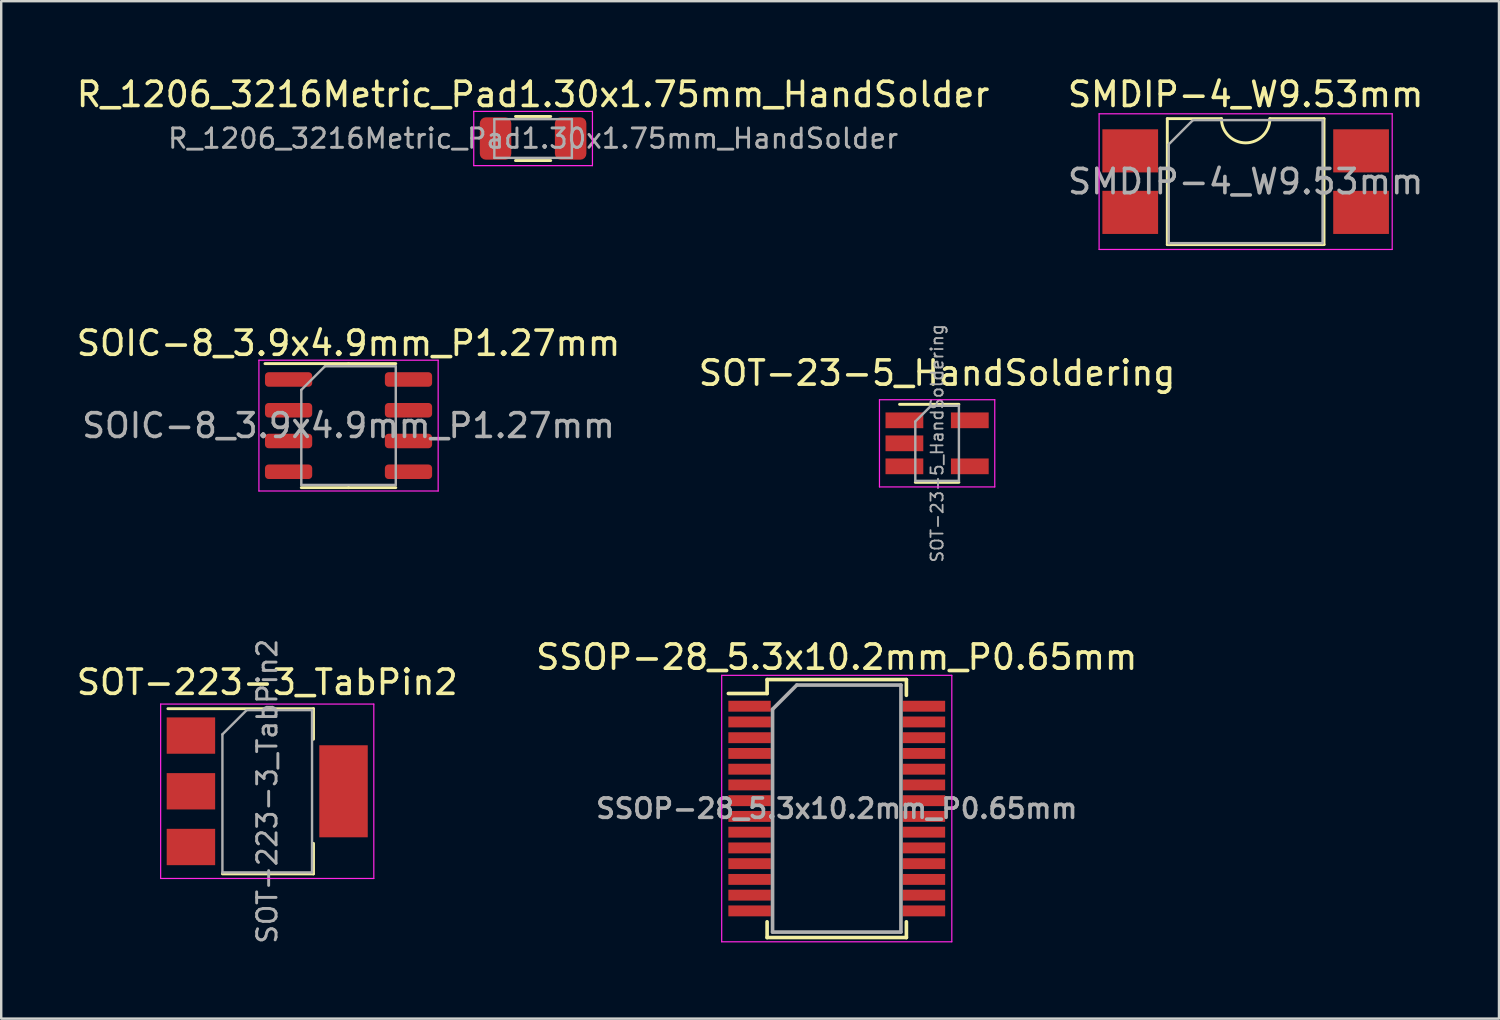
<source format=kicad_pcb>
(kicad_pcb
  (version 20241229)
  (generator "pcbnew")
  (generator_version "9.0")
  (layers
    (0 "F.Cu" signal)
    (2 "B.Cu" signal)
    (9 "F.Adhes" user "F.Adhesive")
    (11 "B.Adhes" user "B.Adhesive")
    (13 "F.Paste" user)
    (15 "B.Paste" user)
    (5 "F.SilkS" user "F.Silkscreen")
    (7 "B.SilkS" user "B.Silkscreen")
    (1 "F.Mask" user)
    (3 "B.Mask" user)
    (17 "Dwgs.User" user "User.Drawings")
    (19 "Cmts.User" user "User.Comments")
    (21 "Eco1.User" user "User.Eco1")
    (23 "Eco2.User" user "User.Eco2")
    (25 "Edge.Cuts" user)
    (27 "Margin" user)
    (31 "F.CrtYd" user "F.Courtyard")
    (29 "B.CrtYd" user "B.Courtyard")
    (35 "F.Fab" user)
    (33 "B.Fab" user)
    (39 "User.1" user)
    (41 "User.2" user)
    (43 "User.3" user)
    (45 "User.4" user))
  (footprint "SOT-223-3_TabPin2"
    (layer "F.Cu")
    (at 7.982 29.617)
    (property "Reference" "SOT-223-3_TabPin2" (at 0 -4.5 0) (layer "F.SilkS") (effects (font (size 1 1) (thickness 0.15))))
    (attr smd)
    (fp_line (start -4.1 -3.41) (end 1.91 -3.41) (stroke (width 0.12) (type solid)) (layer "F.SilkS"))
    (fp_line (start -1.85 3.41) (end 1.91 3.41) (stroke (width 0.12) (type solid)) (layer "F.SilkS"))
    (fp_line (start 1.91 -3.41) (end 1.91 -2.15) (stroke (width 0.12) (type solid)) (layer "F.SilkS"))
    (fp_line (start 1.91 3.41) (end 1.91 2.15) (stroke (width 0.12) (type solid)) (layer "F.SilkS"))
    (fp_line (start -4.4 -3.6) (end -4.4 3.6) (stroke (width 0.05) (type solid)) (layer "F.CrtYd"))
    (fp_line (start -4.4 3.6) (end 4.4 3.6) (stroke (width 0.05) (type solid)) (layer "F.CrtYd"))
    (fp_line (start 4.4 -3.6) (end -4.4 -3.6) (stroke (width 0.05) (type solid)) (layer "F.CrtYd"))
    (fp_line (start 4.4 3.6) (end 4.4 -3.6) (stroke (width 0.05) (type solid)) (layer "F.CrtYd"))
    (fp_line (start -1.85 -2.35) (end -1.85 3.35) (stroke (width 0.1) (type solid)) (layer "F.Fab"))
    (fp_line (start -1.85 -2.35) (end -0.85 -3.35) (stroke (width 0.1) (type solid)) (layer "F.Fab"))
    (fp_line (start -1.85 3.35) (end 1.85 3.35) (stroke (width 0.1) (type solid)) (layer "F.Fab"))
    (fp_line (start -0.85 -3.35) (end 1.85 -3.35) (stroke (width 0.1) (type solid)) (layer "F.Fab"))
    (fp_line (start 1.85 -3.35) (end 1.85 3.35) (stroke (width 0.1) (type solid)) (layer "F.Fab"))
    (fp_text user "${REFERENCE}" (at 0 0 90) (layer "F.Fab") (effects (font (size 0.8 0.8) (thickness 0.12))))
    (pad "1" smd rect (at -3.15 -2.3) (size 2 1.5) (layers "F.Cu" "F.Mask" "F.Paste"))
    (pad "2" smd rect (at -3.15 0) (size 2 1.5) (layers "F.Cu" "F.Mask" "F.Paste"))
    (pad "2" smd rect (at 3.15 0) (size 2 3.8) (layers "F.Cu" "F.Mask" "F.Paste"))
    (pad "3" smd rect (at -3.15 2.3) (size 2 1.5) (layers "F.Cu" "F.Mask" "F.Paste")))
  (footprint "SOT-23-5_HandSoldering"
    (layer "F.Cu")
    (at 35.637 15.252)
    (property "Reference" "SOT-23-5_HandSoldering" (at 0 -2.9 0) (layer "F.SilkS") (effects (font (size 1 1) (thickness 0.15))))
    (attr smd)
    (fp_line (start -0.9 1.61) (end 0.9 1.61) (stroke (width 0.12) (type solid)) (layer "F.SilkS"))
    (fp_line (start 0.9 -1.61) (end -1.55 -1.61) (stroke (width 0.12) (type solid)) (layer "F.SilkS"))
    (fp_line (start -2.38 -1.8) (end -2.38 1.8) (stroke (width 0.05) (type solid)) (layer "F.CrtYd"))
    (fp_line (start -2.38 -1.8) (end 2.38 -1.8) (stroke (width 0.05) (type solid)) (layer "F.CrtYd"))
    (fp_line (start 2.38 1.8) (end -2.38 1.8) (stroke (width 0.05) (type solid)) (layer "F.CrtYd"))
    (fp_line (start 2.38 1.8) (end 2.38 -1.8) (stroke (width 0.05) (type solid)) (layer "F.CrtYd"))
    (fp_line (start -0.9 -0.9) (end -0.9 1.55) (stroke (width 0.1) (type solid)) (layer "F.Fab"))
    (fp_line (start -0.9 -0.9) (end -0.25 -1.55) (stroke (width 0.1) (type solid)) (layer "F.Fab"))
    (fp_line (start 0.9 -1.55) (end -0.25 -1.55) (stroke (width 0.1) (type solid)) (layer "F.Fab"))
    (fp_line (start 0.9 -1.55) (end 0.9 1.55) (stroke (width 0.1) (type solid)) (layer "F.Fab"))
    (fp_line (start 0.9 1.55) (end -0.9 1.55) (stroke (width 0.1) (type solid)) (layer "F.Fab"))
    (fp_text user "${REFERENCE}" (at 0 0 90) (layer "F.Fab") (effects (font (size 0.5 0.5) (thickness 0.075))))
    (pad "1" smd rect (at -1.35 -0.95) (size 1.56 0.65) (layers "F.Cu" "F.Mask" "F.Paste"))
    (pad "2" smd rect (at -1.35 0) (size 1.56 0.65) (layers "F.Cu" "F.Mask" "F.Paste"))
    (pad "3" smd rect (at -1.35 0.95) (size 1.56 0.65) (layers "F.Cu" "F.Mask" "F.Paste"))
    (pad "4" smd rect (at 1.35 0.95) (size 1.56 0.65) (layers "F.Cu" "F.Mask" "F.Paste"))
    (pad "5" smd rect (at 1.35 -0.95) (size 1.56 0.65) (layers "F.Cu" "F.Mask" "F.Paste")))
  (footprint "SMDIP-4_W9.53mm"
    (layer "F.Cu")
    (at 48.375 4.448)
    (property "Reference" "SMDIP-4_W9.53mm" (at 0 -3.6 0) (layer "F.SilkS") (effects (font (size 1 1) (thickness 0.15))))
    (attr smd)
    (fp_line (start -3.235 -2.6) (end -3.235 2.6) (stroke (width 0.12) (type solid)) (layer "F.SilkS"))
    (fp_line (start -3.235 2.6) (end 3.235 2.6) (stroke (width 0.12) (type solid)) (layer "F.SilkS"))
    (fp_line (start -1 -2.6) (end -3.235 -2.6) (stroke (width 0.12) (type solid)) (layer "F.SilkS"))
    (fp_line (start 3.235 -2.6) (end 1 -2.6) (stroke (width 0.12) (type solid)) (layer "F.SilkS"))
    (fp_line (start 3.235 2.6) (end 3.235 -2.6) (stroke (width 0.12) (type solid)) (layer "F.SilkS"))
    (fp_arc (start 1 -2.6) (mid 0 -1.6) (end -1 -2.6) (stroke (width 0.12) (type solid)) (layer "F.SilkS"))
    (fp_line (start -6.05 -2.8) (end -6.05 2.8) (stroke (width 0.05) (type solid)) (layer "F.CrtYd"))
    (fp_line (start -6.05 2.8) (end 6.05 2.8) (stroke (width 0.05) (type solid)) (layer "F.CrtYd"))
    (fp_line (start 6.05 -2.8) (end -6.05 -2.8) (stroke (width 0.05) (type solid)) (layer "F.CrtYd"))
    (fp_line (start 6.05 2.8) (end 6.05 -2.8) (stroke (width 0.05) (type solid)) (layer "F.CrtYd"))
    (fp_line (start -3.175 -1.54) (end -2.175 -2.54) (stroke (width 0.1) (type solid)) (layer "F.Fab"))
    (fp_line (start -3.175 2.54) (end -3.175 -1.54) (stroke (width 0.1) (type solid)) (layer "F.Fab"))
    (fp_line (start -2.175 -2.54) (end 3.175 -2.54) (stroke (width 0.1) (type solid)) (layer "F.Fab"))
    (fp_line (start 3.175 -2.54) (end 3.175 2.54) (stroke (width 0.1) (type solid)) (layer "F.Fab"))
    (fp_line (start 3.175 2.54) (end -3.175 2.54) (stroke (width 0.1) (type solid)) (layer "F.Fab"))
    (fp_text user "${REFERENCE}" (at 0 0 0) (layer "F.Fab") (effects (font (size 1 1) (thickness 0.15))))
    (pad "1" smd rect (at -4.765 -1.27) (size 2.3 1.78) (layers "F.Cu" "F.Mask" "F.Paste"))
    (pad "2" smd rect (at -4.765 1.27) (size 2.3 1.78) (layers "F.Cu" "F.Mask" "F.Paste"))
    (pad "3" smd rect (at 4.765 1.27) (size 2.3 1.78) (layers "F.Cu" "F.Mask" "F.Paste"))
    (pad "4" smd rect (at 4.765 -1.27) (size 2.3 1.78) (layers "F.Cu" "F.Mask" "F.Paste")))
  (footprint "R_1206_3216Metric_Pad1.30x1.75mm_HandSolder"
    (layer "F.Cu")
    (at 18.958 2.668)
    (property "Reference" "R_1206_3216Metric_Pad1.30x1.75mm_HandSolder" (at 0 -1.82 0) (layer "F.SilkS") (effects (font (size 1 1) (thickness 0.15))))
    (attr smd)
    (fp_line (start -0.727 -0.91) (end 0.727 -0.91) (stroke (width 0.12) (type solid)) (layer "F.SilkS"))
    (fp_line (start -0.727 0.91) (end 0.727 0.91) (stroke (width 0.12) (type solid)) (layer "F.SilkS"))
    (fp_line (start -2.45 -1.12) (end 2.45 -1.12) (stroke (width 0.05) (type solid)) (layer "F.CrtYd"))
    (fp_line (start -2.45 1.12) (end -2.45 -1.12) (stroke (width 0.05) (type solid)) (layer "F.CrtYd"))
    (fp_line (start 2.45 -1.12) (end 2.45 1.12) (stroke (width 0.05) (type solid)) (layer "F.CrtYd"))
    (fp_line (start 2.45 1.12) (end -2.45 1.12) (stroke (width 0.05) (type solid)) (layer "F.CrtYd"))
    (fp_line (start -1.6 -0.8) (end 1.6 -0.8) (stroke (width 0.1) (type solid)) (layer "F.Fab"))
    (fp_line (start -1.6 0.8) (end -1.6 -0.8) (stroke (width 0.1) (type solid)) (layer "F.Fab"))
    (fp_line (start 1.6 -0.8) (end 1.6 0.8) (stroke (width 0.1) (type solid)) (layer "F.Fab"))
    (fp_line (start 1.6 0.8) (end -1.6 0.8) (stroke (width 0.1) (type solid)) (layer "F.Fab"))
    (fp_text user "${REFERENCE}" (at 0 0 0) (layer "F.Fab") (effects (font (size 0.8 0.8) (thickness 0.12))))
    (pad "1" smd roundrect (at -1.55 0) (size 1.3 1.75) (layers "F.Cu" "F.Mask" "F.Paste") (roundrect_rratio 0.192))
    (pad "2" smd roundrect (at 1.55 0) (size 1.3 1.75) (layers "F.Cu" "F.Mask" "F.Paste") (roundrect_rratio 0.192)))
  (footprint "SSOP-28_5.3x10.2mm_P0.65mm"
    (layer "F.Cu")
    (at 31.494 30.33)
    (property "Reference" "SSOP-28_5.3x10.2mm_P0.65mm" (at 0 -6.25 0) (layer "F.SilkS") (effects (font (size 1 1) (thickness 0.15))))
    (attr smd)
    (fp_line (start -2.875 -5.325) (end -2.875 -4.75) (stroke (width 0.15) (type solid)) (layer "F.SilkS"))
    (fp_line (start -2.875 -5.325) (end 2.875 -5.325) (stroke (width 0.15) (type solid)) (layer "F.SilkS"))
    (fp_line (start -2.875 -4.75) (end -4.475 -4.75) (stroke (width 0.15) (type solid)) (layer "F.SilkS"))
    (fp_line (start -2.875 5.325) (end -2.875 4.675) (stroke (width 0.15) (type solid)) (layer "F.SilkS"))
    (fp_line (start -2.875 5.325) (end 2.875 5.325) (stroke (width 0.15) (type solid)) (layer "F.SilkS"))
    (fp_line (start 2.875 -5.325) (end 2.875 -4.675) (stroke (width 0.15) (type solid)) (layer "F.SilkS"))
    (fp_line (start 2.875 5.325) (end 2.875 4.675) (stroke (width 0.15) (type solid)) (layer "F.SilkS"))
    (fp_line (start -4.75 -5.5) (end -4.75 5.5) (stroke (width 0.05) (type solid)) (layer "F.CrtYd"))
    (fp_line (start -4.75 -5.5) (end 4.75 -5.5) (stroke (width 0.05) (type solid)) (layer "F.CrtYd"))
    (fp_line (start -4.75 5.5) (end 4.75 5.5) (stroke (width 0.05) (type solid)) (layer "F.CrtYd"))
    (fp_line (start 4.75 -5.5) (end 4.75 5.5) (stroke (width 0.05) (type solid)) (layer "F.CrtYd"))
    (fp_line (start -2.65 -4.1) (end -1.65 -5.1) (stroke (width 0.15) (type solid)) (layer "F.Fab"))
    (fp_line (start -2.65 5.1) (end -2.65 -4.1) (stroke (width 0.15) (type solid)) (layer "F.Fab"))
    (fp_line (start -1.65 -5.1) (end 2.65 -5.1) (stroke (width 0.15) (type solid)) (layer "F.Fab"))
    (fp_line (start 2.65 -5.1) (end 2.65 5.1) (stroke (width 0.15) (type solid)) (layer "F.Fab"))
    (fp_line (start 2.65 5.1) (end -2.65 5.1) (stroke (width 0.15) (type solid)) (layer "F.Fab"))
    (fp_text user "${REFERENCE}" (at 0 0 0) (layer "F.Fab") (effects (font (size 0.8 0.8) (thickness 0.15))))
    (pad "1" smd rect (at -3.6 -4.225) (size 1.75 0.45) (layers "F.Cu" "F.Mask" "F.Paste"))
    (pad "2" smd rect (at -3.6 -3.575) (size 1.75 0.45) (layers "F.Cu" "F.Mask" "F.Paste"))
    (pad "3" smd rect (at -3.6 -2.925) (size 1.75 0.45) (layers "F.Cu" "F.Mask" "F.Paste"))
    (pad "4" smd rect (at -3.6 -2.275) (size 1.75 0.45) (layers "F.Cu" "F.Mask" "F.Paste"))
    (pad "5" smd rect (at -3.6 -1.625) (size 1.75 0.45) (layers "F.Cu" "F.Mask" "F.Paste"))
    (pad "6" smd rect (at -3.6 -0.975) (size 1.75 0.45) (layers "F.Cu" "F.Mask" "F.Paste"))
    (pad "7" smd rect (at -3.6 -0.325) (size 1.75 0.45) (layers "F.Cu" "F.Mask" "F.Paste"))
    (pad "8" smd rect (at -3.6 0.325) (size 1.75 0.45) (layers "F.Cu" "F.Mask" "F.Paste"))
    (pad "9" smd rect (at -3.6 0.975) (size 1.75 0.45) (layers "F.Cu" "F.Mask" "F.Paste"))
    (pad "10" smd rect (at -3.6 1.625) (size 1.75 0.45) (layers "F.Cu" "F.Mask" "F.Paste"))
    (pad "11" smd rect (at -3.6 2.275) (size 1.75 0.45) (layers "F.Cu" "F.Mask" "F.Paste"))
    (pad "12" smd rect (at -3.6 2.925) (size 1.75 0.45) (layers "F.Cu" "F.Mask" "F.Paste"))
    (pad "13" smd rect (at -3.6 3.575) (size 1.75 0.45) (layers "F.Cu" "F.Mask" "F.Paste"))
    (pad "14" smd rect (at -3.6 4.225) (size 1.75 0.45) (layers "F.Cu" "F.Mask" "F.Paste"))
    (pad "15" smd rect (at 3.6 4.225) (size 1.75 0.45) (layers "F.Cu" "F.Mask" "F.Paste"))
    (pad "16" smd rect (at 3.6 3.575) (size 1.75 0.45) (layers "F.Cu" "F.Mask" "F.Paste"))
    (pad "17" smd rect (at 3.6 2.925) (size 1.75 0.45) (layers "F.Cu" "F.Mask" "F.Paste"))
    (pad "18" smd rect (at 3.6 2.275) (size 1.75 0.45) (layers "F.Cu" "F.Mask" "F.Paste"))
    (pad "19" smd rect (at 3.6 1.625) (size 1.75 0.45) (layers "F.Cu" "F.Mask" "F.Paste"))
    (pad "20" smd rect (at 3.6 0.975) (size 1.75 0.45) (layers "F.Cu" "F.Mask" "F.Paste"))
    (pad "21" smd rect (at 3.6 0.325) (size 1.75 0.45) (layers "F.Cu" "F.Mask" "F.Paste"))
    (pad "22" smd rect (at 3.6 -0.325) (size 1.75 0.45) (layers "F.Cu" "F.Mask" "F.Paste"))
    (pad "23" smd rect (at 3.6 -0.975) (size 1.75 0.45) (layers "F.Cu" "F.Mask" "F.Paste"))
    (pad "24" smd rect (at 3.6 -1.625) (size 1.75 0.45) (layers "F.Cu" "F.Mask" "F.Paste"))
    (pad "25" smd rect (at 3.6 -2.275) (size 1.75 0.45) (layers "F.Cu" "F.Mask" "F.Paste"))
    (pad "26" smd rect (at 3.6 -2.925) (size 1.75 0.45) (layers "F.Cu" "F.Mask" "F.Paste"))
    (pad "27" smd rect (at 3.6 -3.575) (size 1.75 0.45) (layers "F.Cu" "F.Mask" "F.Paste"))
    (pad "28" smd rect (at 3.6 -4.225) (size 1.75 0.45) (layers "F.Cu" "F.Mask" "F.Paste")))
  (footprint "SOIC-8_3.9x4.9mm_P1.27mm"
    (layer "F.Cu")
    (at 11.339 14.521)
    (property "Reference" "SOIC-8_3.9x4.9mm_P1.27mm" (at 0 -3.4 0) (layer "F.SilkS") (effects (font (size 1 1) (thickness 0.15))))
    (attr smd)
    (fp_line (start 0 -2.56) (end -3.45 -2.56) (stroke (width 0.12) (type solid)) (layer "F.SilkS"))
    (fp_line (start 0 -2.56) (end 1.95 -2.56) (stroke (width 0.12) (type solid)) (layer "F.SilkS"))
    (fp_line (start 0 2.56) (end -1.95 2.56) (stroke (width 0.12) (type solid)) (layer "F.SilkS"))
    (fp_line (start 0 2.56) (end 1.95 2.56) (stroke (width 0.12) (type solid)) (layer "F.SilkS"))
    (fp_line (start -3.7 -2.7) (end -3.7 2.7) (stroke (width 0.05) (type solid)) (layer "F.CrtYd"))
    (fp_line (start -3.7 2.7) (end 3.7 2.7) (stroke (width 0.05) (type solid)) (layer "F.CrtYd"))
    (fp_line (start 3.7 -2.7) (end -3.7 -2.7) (stroke (width 0.05) (type solid)) (layer "F.CrtYd"))
    (fp_line (start 3.7 2.7) (end 3.7 -2.7) (stroke (width 0.05) (type solid)) (layer "F.CrtYd"))
    (fp_line (start -1.95 -1.475) (end -0.975 -2.45) (stroke (width 0.1) (type solid)) (layer "F.Fab"))
    (fp_line (start -1.95 2.45) (end -1.95 -1.475) (stroke (width 0.1) (type solid)) (layer "F.Fab"))
    (fp_line (start -0.975 -2.45) (end 1.95 -2.45) (stroke (width 0.1) (type solid)) (layer "F.Fab"))
    (fp_line (start 1.95 -2.45) (end 1.95 2.45) (stroke (width 0.1) (type solid)) (layer "F.Fab"))
    (fp_line (start 1.95 2.45) (end -1.95 2.45) (stroke (width 0.1) (type solid)) (layer "F.Fab"))
    (fp_text user "${REFERENCE}" (at 0 0 0) (layer "F.Fab") (effects (font (size 0.98 0.98) (thickness 0.15))))
    (pad "1" smd roundrect (at -2.475 -1.905) (size 1.95 0.6) (layers "F.Cu" "F.Mask" "F.Paste") (roundrect_rratio 0.25))
    (pad "2" smd roundrect (at -2.475 -0.635) (size 1.95 0.6) (layers "F.Cu" "F.Mask" "F.Paste") (roundrect_rratio 0.25))
    (pad "3" smd roundrect (at -2.475 0.635) (size 1.95 0.6) (layers "F.Cu" "F.Mask" "F.Paste") (roundrect_rratio 0.25))
    (pad "4" smd roundrect (at -2.475 1.905) (size 1.95 0.6) (layers "F.Cu" "F.Mask" "F.Paste") (roundrect_rratio 0.25))
    (pad "5" smd roundrect (at 2.475 1.905) (size 1.95 0.6) (layers "F.Cu" "F.Mask" "F.Paste") (roundrect_rratio 0.25))
    (pad "6" smd roundrect (at 2.475 0.635) (size 1.95 0.6) (layers "F.Cu" "F.Mask" "F.Paste") (roundrect_rratio 0.25))
    (pad "7" smd roundrect (at 2.475 -0.635) (size 1.95 0.6) (layers "F.Cu" "F.Mask" "F.Paste") (roundrect_rratio 0.25))
    (pad "8" smd roundrect (at 2.475 -1.905) (size 1.95 0.6) (layers "F.Cu" "F.Mask" "F.Paste") (roundrect_rratio 0.25)))
  (gr_rect
    (start -3 -3)
    (end 58.833 39.003)
    (stroke (width 0.1) (type default))
    (fill no)
    (layer "Edge.Cuts")))
</source>
